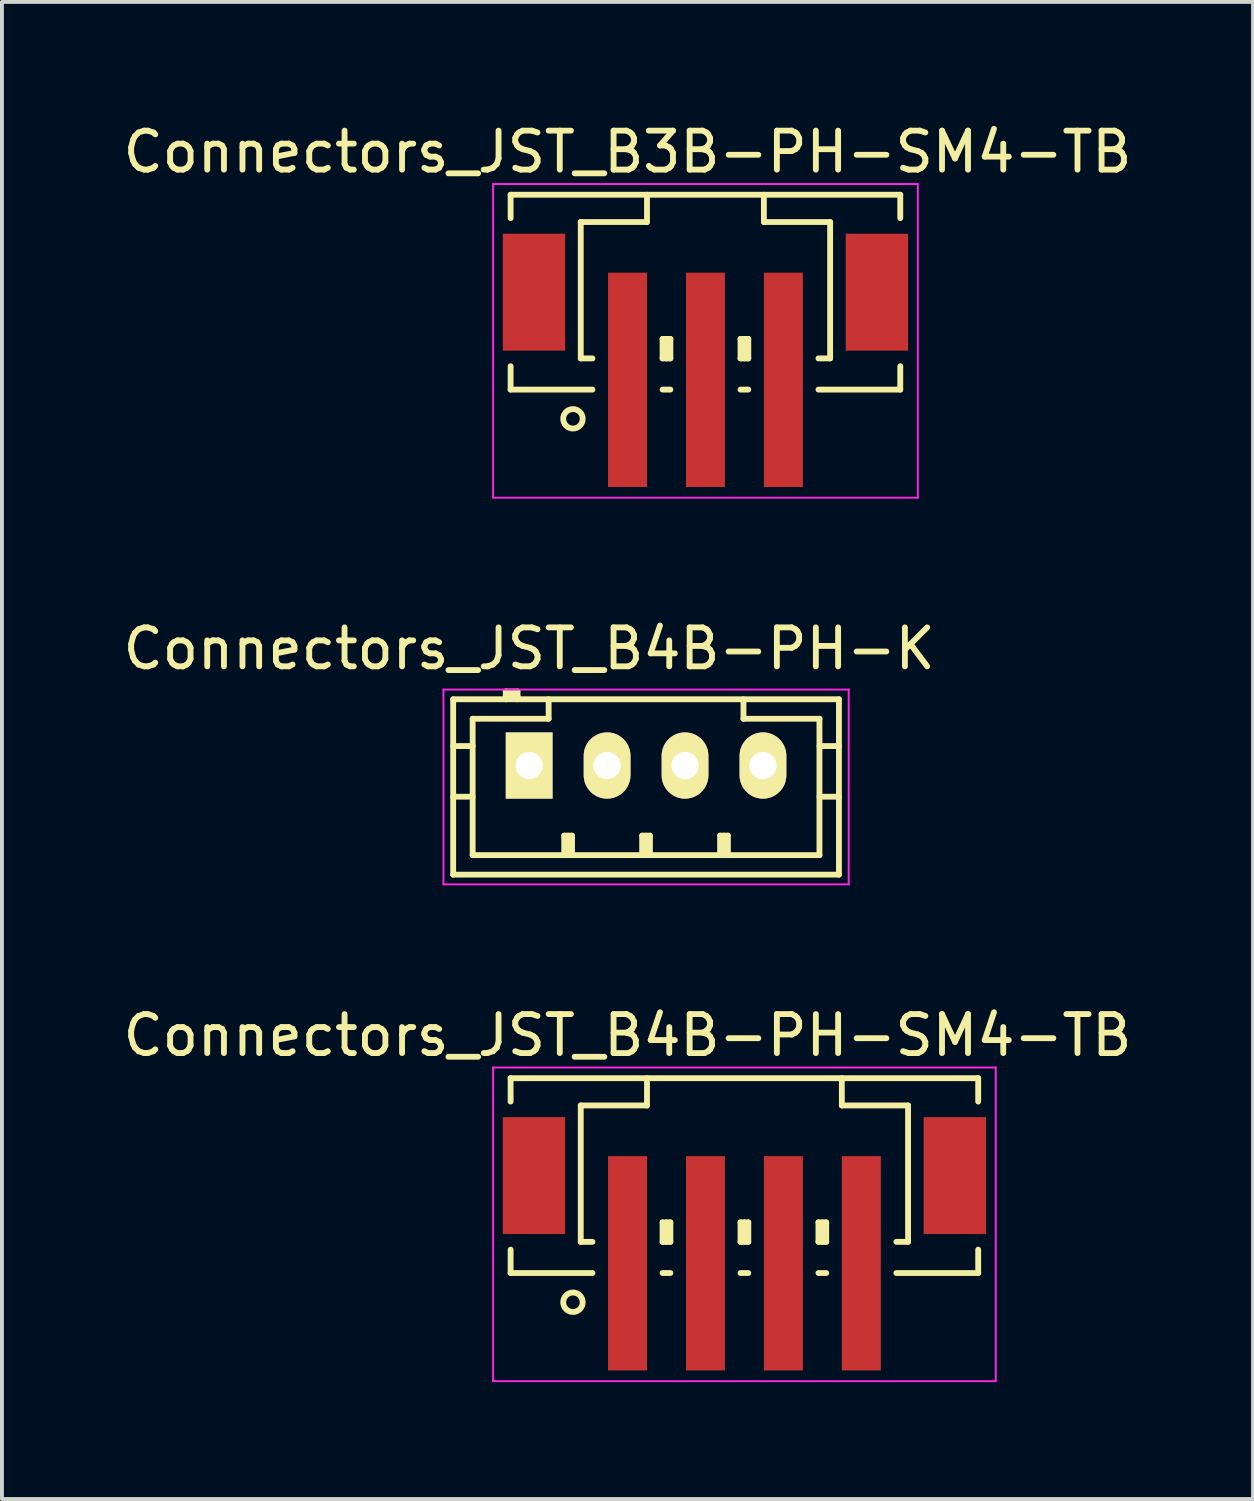
<source format=kicad_pcb>
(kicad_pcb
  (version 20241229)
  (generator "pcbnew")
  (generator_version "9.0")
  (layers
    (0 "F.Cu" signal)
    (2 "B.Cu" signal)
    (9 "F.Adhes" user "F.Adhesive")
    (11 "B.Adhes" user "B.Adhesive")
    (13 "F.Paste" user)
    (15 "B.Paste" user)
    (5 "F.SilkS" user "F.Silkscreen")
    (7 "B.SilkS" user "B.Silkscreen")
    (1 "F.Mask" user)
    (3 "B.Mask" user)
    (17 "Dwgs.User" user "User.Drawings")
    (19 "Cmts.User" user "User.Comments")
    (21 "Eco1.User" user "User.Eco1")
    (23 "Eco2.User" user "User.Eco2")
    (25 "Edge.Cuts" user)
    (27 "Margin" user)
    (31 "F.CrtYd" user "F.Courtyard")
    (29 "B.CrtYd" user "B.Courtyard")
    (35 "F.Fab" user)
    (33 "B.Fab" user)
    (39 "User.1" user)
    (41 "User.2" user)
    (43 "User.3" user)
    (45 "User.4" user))
  (footprint "Connectors_JST_B3B-PH-SM4-TB"
    (layer "F.Cu")
    (at 15.054 5.573)
    (property "Reference" "Connectors_JST_B3B-PH-SM4-TB" (at -2 -4.725 0) (layer "F.SilkS") (effects (font (size 1 1) (thickness 0.15))))
    (attr smd)
    (fp_line (start -5 -3.625) (end 5 -3.625) (stroke (width 0.15) (type solid)) (layer "F.SilkS"))
    (fp_line (start -5 -3.025) (end -5 -3.625) (stroke (width 0.15) (type solid)) (layer "F.SilkS"))
    (fp_line (start -5 0.775) (end -5 1.375) (stroke (width 0.15) (type solid)) (layer "F.SilkS"))
    (fp_line (start -5 1.375) (end -2.9 1.375) (stroke (width 0.15) (type solid)) (layer "F.SilkS"))
    (fp_line (start -3.2 -2.925) (end -3.2 0.575) (stroke (width 0.15) (type solid)) (layer "F.SilkS"))
    (fp_line (start -3.2 0.575) (end -2.9 0.575) (stroke (width 0.15) (type solid)) (layer "F.SilkS"))
    (fp_line (start -1.5 -3.625) (end -1.5 -2.925) (stroke (width 0.15) (type solid)) (layer "F.SilkS"))
    (fp_line (start -1.5 -2.925) (end -3.2 -2.925) (stroke (width 0.15) (type solid)) (layer "F.SilkS"))
    (fp_line (start -1.1 0.075) (end -0.9 0.075) (stroke (width 0.15) (type solid)) (layer "F.SilkS"))
    (fp_line (start -1.1 0.575) (end -1.1 0.075) (stroke (width 0.15) (type solid)) (layer "F.SilkS"))
    (fp_line (start -1.1 0.575) (end -0.9 0.575) (stroke (width 0.15) (type solid)) (layer "F.SilkS"))
    (fp_line (start -1.1 1.375) (end -0.9 1.375) (stroke (width 0.15) (type solid)) (layer "F.SilkS"))
    (fp_line (start -1 0.575) (end -1 0.075) (stroke (width 0.15) (type solid)) (layer "F.SilkS"))
    (fp_line (start -0.9 0.075) (end -0.9 0.575) (stroke (width 0.15) (type solid)) (layer "F.SilkS"))
    (fp_line (start 0.9 0.075) (end 1.1 0.075) (stroke (width 0.15) (type solid)) (layer "F.SilkS"))
    (fp_line (start 0.9 0.575) (end 0.9 0.075) (stroke (width 0.15) (type solid)) (layer "F.SilkS"))
    (fp_line (start 0.9 0.575) (end 1.1 0.575) (stroke (width 0.15) (type solid)) (layer "F.SilkS"))
    (fp_line (start 0.9 1.375) (end 1.1 1.375) (stroke (width 0.15) (type solid)) (layer "F.SilkS"))
    (fp_line (start 1 0.575) (end 1 0.075) (stroke (width 0.15) (type solid)) (layer "F.SilkS"))
    (fp_line (start 1.1 0.075) (end 1.1 0.575) (stroke (width 0.15) (type solid)) (layer "F.SilkS"))
    (fp_line (start 1.5 -3.625) (end 1.5 -2.925) (stroke (width 0.15) (type solid)) (layer "F.SilkS"))
    (fp_line (start 1.5 -2.925) (end 3.2 -2.925) (stroke (width 0.15) (type solid)) (layer "F.SilkS"))
    (fp_line (start 3.2 -2.925) (end 3.2 0.575) (stroke (width 0.15) (type solid)) (layer "F.SilkS"))
    (fp_line (start 3.2 0.575) (end 2.9 0.575) (stroke (width 0.15) (type solid)) (layer "F.SilkS"))
    (fp_line (start 5 -3.625) (end 5 -3.025) (stroke (width 0.15) (type solid)) (layer "F.SilkS"))
    (fp_line (start 5 0.775) (end 5 1.375) (stroke (width 0.15) (type solid)) (layer "F.SilkS"))
    (fp_line (start 5 1.375) (end 2.9 1.375) (stroke (width 0.15) (type solid)) (layer "F.SilkS"))
    (fp_circle (center -3.4 2.125) (end -3.15 2.125) (stroke (width 0.15) (type solid)) (fill no) (layer "F.SilkS"))
    (fp_line (start -5.45 -3.9) (end 5.45 -3.9) (stroke (width 0.05) (type solid)) (layer "F.CrtYd"))
    (fp_line (start -5.45 4.15) (end -5.45 -3.9) (stroke (width 0.05) (type solid)) (layer "F.CrtYd"))
    (fp_line (start 5.45 -3.9) (end 5.45 4.15) (stroke (width 0.05) (type solid)) (layer "F.CrtYd"))
    (fp_line (start 5.45 4.15) (end -5.45 4.15) (stroke (width 0.05) (type solid)) (layer "F.CrtYd"))
    (pad "" smd rect (at -4.4 -1.125) (size 1.6 3) (layers "F.Cu" "F.Mask" "F.Paste"))
    (pad "" smd rect (at 4.4 -1.125) (size 1.6 3) (layers "F.Cu" "F.Mask" "F.Paste"))
    (pad "1" smd rect (at -2 1.125) (size 1 5.5) (layers "F.Cu" "F.Mask" "F.Paste"))
    (pad "2" smd rect (at 0 1.125) (size 1 5.5) (layers "F.Cu" "F.Mask" "F.Paste"))
    (pad "3" smd rect (at 2 1.125) (size 1 5.5) (layers "F.Cu" "F.Mask" "F.Paste")))
  (footprint "Connectors_JST_B4B-PH-K"
    (layer "F.Cu")
    (at 10.53 16.596)
    (property "Reference" "Connectors_JST_B4B-PH-K" (at 0 -3 0) (layer "F.SilkS") (effects (font (size 1 1) (thickness 0.15))))
    (attr through_hole)
    (fp_line (start -1.95 -1.7) (end 7.95 -1.7) (stroke (width 0.15) (type solid)) (layer "F.SilkS"))
    (fp_line (start -1.95 -0.5) (end -1.45 -0.5) (stroke (width 0.15) (type solid)) (layer "F.SilkS"))
    (fp_line (start -1.95 0.8) (end -1.45 0.8) (stroke (width 0.15) (type solid)) (layer "F.SilkS"))
    (fp_line (start -1.95 2.8) (end -1.95 -1.7) (stroke (width 0.15) (type solid)) (layer "F.SilkS"))
    (fp_line (start -1.45 -1.2) (end -1.45 2.3) (stroke (width 0.15) (type solid)) (layer "F.SilkS"))
    (fp_line (start -1.45 2.3) (end 7.45 2.3) (stroke (width 0.15) (type solid)) (layer "F.SilkS"))
    (fp_line (start -0.6 -1.9) (end -0.6 -1.7) (stroke (width 0.15) (type solid)) (layer "F.SilkS"))
    (fp_line (start -0.3 -1.9) (end -0.6 -1.9) (stroke (width 0.15) (type solid)) (layer "F.SilkS"))
    (fp_line (start -0.3 -1.8) (end -0.6 -1.8) (stroke (width 0.15) (type solid)) (layer "F.SilkS"))
    (fp_line (start -0.3 -1.7) (end -0.3 -1.9) (stroke (width 0.15) (type solid)) (layer "F.SilkS"))
    (fp_line (start 0.5 -1.7) (end 0.5 -1.2) (stroke (width 0.15) (type solid)) (layer "F.SilkS"))
    (fp_line (start 0.5 -1.2) (end -1.45 -1.2) (stroke (width 0.15) (type solid)) (layer "F.SilkS"))
    (fp_line (start 0.9 1.8) (end 1.1 1.8) (stroke (width 0.15) (type solid)) (layer "F.SilkS"))
    (fp_line (start 0.9 2.3) (end 0.9 1.8) (stroke (width 0.15) (type solid)) (layer "F.SilkS"))
    (fp_line (start 1 2.3) (end 1 1.8) (stroke (width 0.15) (type solid)) (layer "F.SilkS"))
    (fp_line (start 1.1 1.8) (end 1.1 2.3) (stroke (width 0.15) (type solid)) (layer "F.SilkS"))
    (fp_line (start 2.9 1.8) (end 3.1 1.8) (stroke (width 0.15) (type solid)) (layer "F.SilkS"))
    (fp_line (start 2.9 2.3) (end 2.9 1.8) (stroke (width 0.15) (type solid)) (layer "F.SilkS"))
    (fp_line (start 3 2.3) (end 3 1.8) (stroke (width 0.15) (type solid)) (layer "F.SilkS"))
    (fp_line (start 3.1 1.8) (end 3.1 2.3) (stroke (width 0.15) (type solid)) (layer "F.SilkS"))
    (fp_line (start 4.9 1.8) (end 5.1 1.8) (stroke (width 0.15) (type solid)) (layer "F.SilkS"))
    (fp_line (start 4.9 2.3) (end 4.9 1.8) (stroke (width 0.15) (type solid)) (layer "F.SilkS"))
    (fp_line (start 5 2.3) (end 5 1.8) (stroke (width 0.15) (type solid)) (layer "F.SilkS"))
    (fp_line (start 5.1 1.8) (end 5.1 2.3) (stroke (width 0.15) (type solid)) (layer "F.SilkS"))
    (fp_line (start 5.5 -1.2) (end 5.5 -1.7) (stroke (width 0.15) (type solid)) (layer "F.SilkS"))
    (fp_line (start 7.45 -1.2) (end 5.5 -1.2) (stroke (width 0.15) (type solid)) (layer "F.SilkS"))
    (fp_line (start 7.45 -0.5) (end 7.95 -0.5) (stroke (width 0.15) (type solid)) (layer "F.SilkS"))
    (fp_line (start 7.45 0.8) (end 7.95 0.8) (stroke (width 0.15) (type solid)) (layer "F.SilkS"))
    (fp_line (start 7.45 2.3) (end 7.45 -1.2) (stroke (width 0.15) (type solid)) (layer "F.SilkS"))
    (fp_line (start 7.95 -1.7) (end 7.95 2.8) (stroke (width 0.15) (type solid)) (layer "F.SilkS"))
    (fp_line (start 7.95 2.8) (end -1.95 2.8) (stroke (width 0.15) (type solid)) (layer "F.SilkS"))
    (fp_line (start -2.2 -1.95) (end 8.2 -1.95) (stroke (width 0.05) (type solid)) (layer "F.CrtYd"))
    (fp_line (start -2.2 3.05) (end -2.2 -1.95) (stroke (width 0.05) (type solid)) (layer "F.CrtYd"))
    (fp_line (start 8.2 -1.95) (end 8.2 3.05) (stroke (width 0.05) (type solid)) (layer "F.CrtYd"))
    (fp_line (start 8.2 3.05) (end -2.2 3.05) (stroke (width 0.05) (type solid)) (layer "F.CrtYd"))
    (pad "1" thru_hole rect (at 0 0) (size 1.2 1.7) (drill 0.7) (layers "*.Cu" "*.Mask" "F.SilkS"))
    (pad "2" thru_hole oval (at 2 0) (size 1.2 1.7) (drill 0.7) (layers "*.Cu" "*.Mask" "F.SilkS"))
    (pad "3" thru_hole oval (at 4 0) (size 1.2 1.7) (drill 0.7) (layers "*.Cu" "*.Mask" "F.SilkS"))
    (pad "4" thru_hole oval (at 6 0) (size 1.2 1.7) (drill 0.7) (layers "*.Cu" "*.Mask" "F.SilkS")))
  (footprint "Connectors_JST_B4B-PH-SM4-TB"
    (layer "F.Cu")
    (at 16.054 28.245)
    (property "Reference" "Connectors_JST_B4B-PH-SM4-TB" (at -3 -4.725 0) (layer "F.SilkS") (effects (font (size 1 1) (thickness 0.15))))
    (attr smd)
    (fp_line (start -6 -3.625) (end 6 -3.625) (stroke (width 0.15) (type solid)) (layer "F.SilkS"))
    (fp_line (start -6 -3.025) (end -6 -3.625) (stroke (width 0.15) (type solid)) (layer "F.SilkS"))
    (fp_line (start -6 0.775) (end -6 1.375) (stroke (width 0.15) (type solid)) (layer "F.SilkS"))
    (fp_line (start -6 1.375) (end -3.9 1.375) (stroke (width 0.15) (type solid)) (layer "F.SilkS"))
    (fp_line (start -4.2 -2.925) (end -4.2 0.575) (stroke (width 0.15) (type solid)) (layer "F.SilkS"))
    (fp_line (start -4.2 0.575) (end -3.9 0.575) (stroke (width 0.15) (type solid)) (layer "F.SilkS"))
    (fp_line (start -2.5 -3.625) (end -2.5 -2.925) (stroke (width 0.15) (type solid)) (layer "F.SilkS"))
    (fp_line (start -2.5 -2.925) (end -4.2 -2.925) (stroke (width 0.15) (type solid)) (layer "F.SilkS"))
    (fp_line (start -2.1 0.075) (end -1.9 0.075) (stroke (width 0.15) (type solid)) (layer "F.SilkS"))
    (fp_line (start -2.1 0.575) (end -2.1 0.075) (stroke (width 0.15) (type solid)) (layer "F.SilkS"))
    (fp_line (start -2.1 0.575) (end -1.9 0.575) (stroke (width 0.15) (type solid)) (layer "F.SilkS"))
    (fp_line (start -2.1 1.375) (end -1.9 1.375) (stroke (width 0.15) (type solid)) (layer "F.SilkS"))
    (fp_line (start -2 0.575) (end -2 0.075) (stroke (width 0.15) (type solid)) (layer "F.SilkS"))
    (fp_line (start -1.9 0.075) (end -1.9 0.575) (stroke (width 0.15) (type solid)) (layer "F.SilkS"))
    (fp_line (start -0.1 0.075) (end 0.1 0.075) (stroke (width 0.15) (type solid)) (layer "F.SilkS"))
    (fp_line (start -0.1 0.575) (end -0.1 0.075) (stroke (width 0.15) (type solid)) (layer "F.SilkS"))
    (fp_line (start -0.1 0.575) (end 0.1 0.575) (stroke (width 0.15) (type solid)) (layer "F.SilkS"))
    (fp_line (start -0.1 1.375) (end 0.1 1.375) (stroke (width 0.15) (type solid)) (layer "F.SilkS"))
    (fp_line (start 0 0.575) (end 0 0.075) (stroke (width 0.15) (type solid)) (layer "F.SilkS"))
    (fp_line (start 0.1 0.075) (end 0.1 0.575) (stroke (width 0.15) (type solid)) (layer "F.SilkS"))
    (fp_line (start 1.9 0.075) (end 2.1 0.075) (stroke (width 0.15) (type solid)) (layer "F.SilkS"))
    (fp_line (start 1.9 0.575) (end 1.9 0.075) (stroke (width 0.15) (type solid)) (layer "F.SilkS"))
    (fp_line (start 1.9 0.575) (end 2.1 0.575) (stroke (width 0.15) (type solid)) (layer "F.SilkS"))
    (fp_line (start 1.9 1.375) (end 2.1 1.375) (stroke (width 0.15) (type solid)) (layer "F.SilkS"))
    (fp_line (start 2 0.575) (end 2 0.075) (stroke (width 0.15) (type solid)) (layer "F.SilkS"))
    (fp_line (start 2.1 0.075) (end 2.1 0.575) (stroke (width 0.15) (type solid)) (layer "F.SilkS"))
    (fp_line (start 2.5 -3.625) (end 2.5 -2.925) (stroke (width 0.15) (type solid)) (layer "F.SilkS"))
    (fp_line (start 2.5 -2.925) (end 4.2 -2.925) (stroke (width 0.15) (type solid)) (layer "F.SilkS"))
    (fp_line (start 4.2 -2.925) (end 4.2 0.575) (stroke (width 0.15) (type solid)) (layer "F.SilkS"))
    (fp_line (start 4.2 0.575) (end 3.9 0.575) (stroke (width 0.15) (type solid)) (layer "F.SilkS"))
    (fp_line (start 6 -3.625) (end 6 -3.025) (stroke (width 0.15) (type solid)) (layer "F.SilkS"))
    (fp_line (start 6 0.775) (end 6 1.375) (stroke (width 0.15) (type solid)) (layer "F.SilkS"))
    (fp_line (start 6 1.375) (end 3.9 1.375) (stroke (width 0.15) (type solid)) (layer "F.SilkS"))
    (fp_circle (center -4.4 2.125) (end -4.15 2.125) (stroke (width 0.15) (type solid)) (fill no) (layer "F.SilkS"))
    (fp_line (start -6.45 -3.9) (end 6.45 -3.9) (stroke (width 0.05) (type solid)) (layer "F.CrtYd"))
    (fp_line (start -6.45 4.15) (end -6.45 -3.9) (stroke (width 0.05) (type solid)) (layer "F.CrtYd"))
    (fp_line (start 6.45 -3.9) (end 6.45 4.15) (stroke (width 0.05) (type solid)) (layer "F.CrtYd"))
    (fp_line (start 6.45 4.15) (end -6.45 4.15) (stroke (width 0.05) (type solid)) (layer "F.CrtYd"))
    (pad "" smd rect (at -5.4 -1.125) (size 1.6 3) (layers "F.Cu" "F.Mask" "F.Paste"))
    (pad "" smd rect (at 5.4 -1.125) (size 1.6 3) (layers "F.Cu" "F.Mask" "F.Paste"))
    (pad "1" smd rect (at -3 1.125) (size 1 5.5) (layers "F.Cu" "F.Mask" "F.Paste"))
    (pad "2" smd rect (at -1 1.125) (size 1 5.5) (layers "F.Cu" "F.Mask" "F.Paste"))
    (pad "3" smd rect (at 1 1.125) (size 1 5.5) (layers "F.Cu" "F.Mask" "F.Paste"))
    (pad "4" smd rect (at 3 1.125) (size 1 5.5) (layers "F.Cu" "F.Mask" "F.Paste")))
  (gr_rect
    (start -3 -3)
    (end 29.107 35.42)
    (stroke (width 0.1) (type default))
    (fill no)
    (layer "Edge.Cuts")))
</source>
